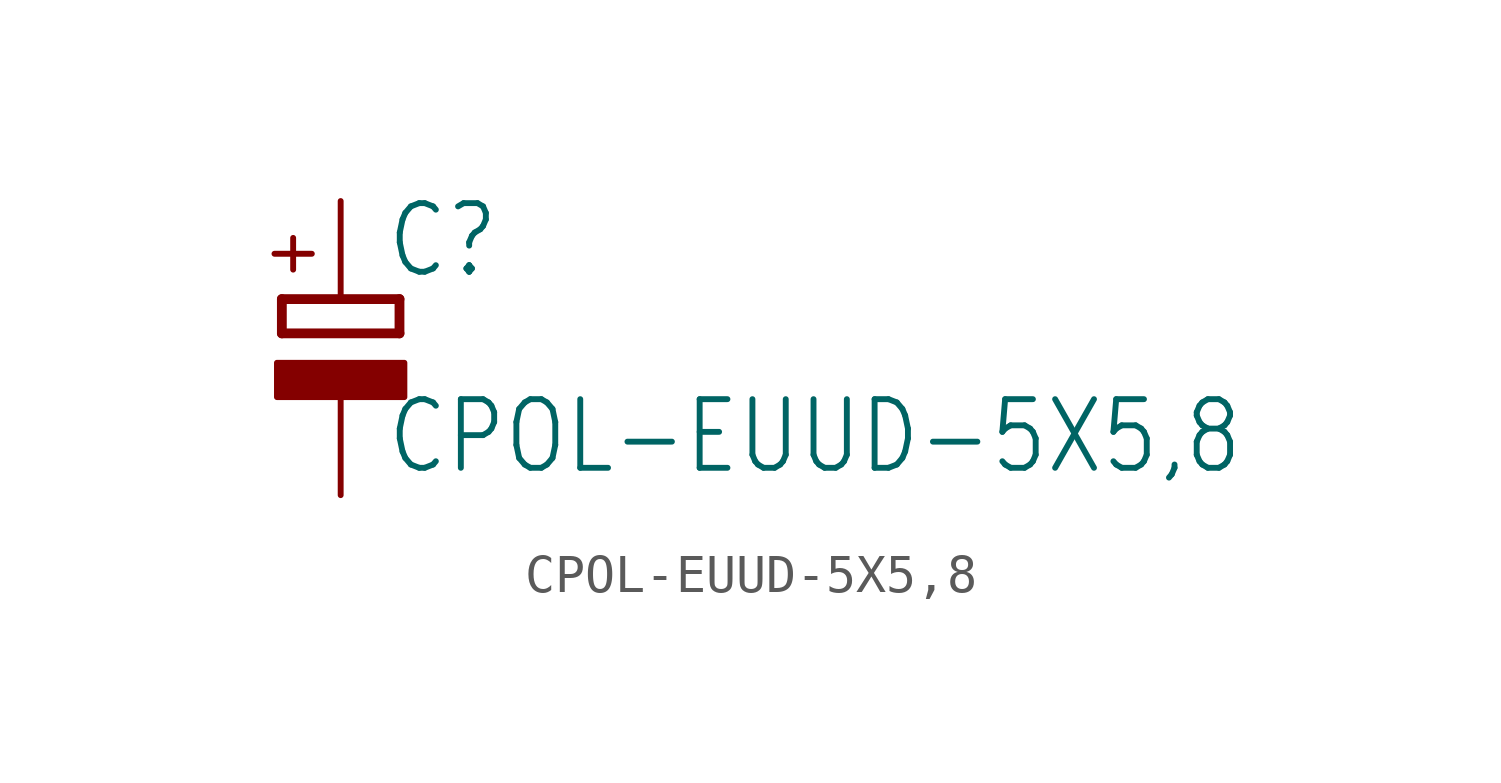
<source format=kicad_sym>
(kicad_symbol_lib
  (version 20210619)
  (generator kicad_symbol_editor)
  (symbol "CPOL-EUUD-5X5,8"
    (property "Reference" "C"
      (at 1.143 0.483 0)
      (effects (font (size 1.778 1.511)) (justify left bottom)))
    (property "Value" "CPOL-EUUD-5X5,8"
      (at 1.143 -4.597 0)
      (effects (font (size 1.778 1.511)) (justify left bottom)))
    (property "ki_locked" ""
      (at 0 0 0)
      (effects (font (size 1.27 1.27))))
    (symbol "CPOL-EUUD-5X5,8_1_0"
      (text "+" (at -0.584 0.406 900) (effects (font (size 1.27 1.079)) (justify left bottom)))
      (rectangle (start -1.651 -2.54) (end 1.651 -1.651) (stroke (width 0)) (fill (type outline)))
      (polyline (pts (xy -1.524 -0.889) (xy 1.524 -0.889)) (stroke (width 0.254)) (fill (type none)))
      (polyline (pts (xy -1.524 0) (xy -1.524 -0.889)) (stroke (width 0.254)) (fill (type none)))
      (polyline (pts (xy -1.524 0) (xy 1.524 0)) (stroke (width 0.254)) (fill (type none)))
      (polyline (pts (xy 1.524 -0.889) (xy 1.524 0)) (stroke (width 0.254)) (fill (type none)))
      (pin passive line (at 0 2.54 270) (length 2.54) (name "+" (effects (font (size 0 0)))) (number "+" (effects (font (size 0 0)))))
      (pin passive line (at 0 -5.08 90) (length 2.54) (name "-" (effects (font (size 0 0)))) (number "-" (effects (font (size 0 0))))))))
</source>
